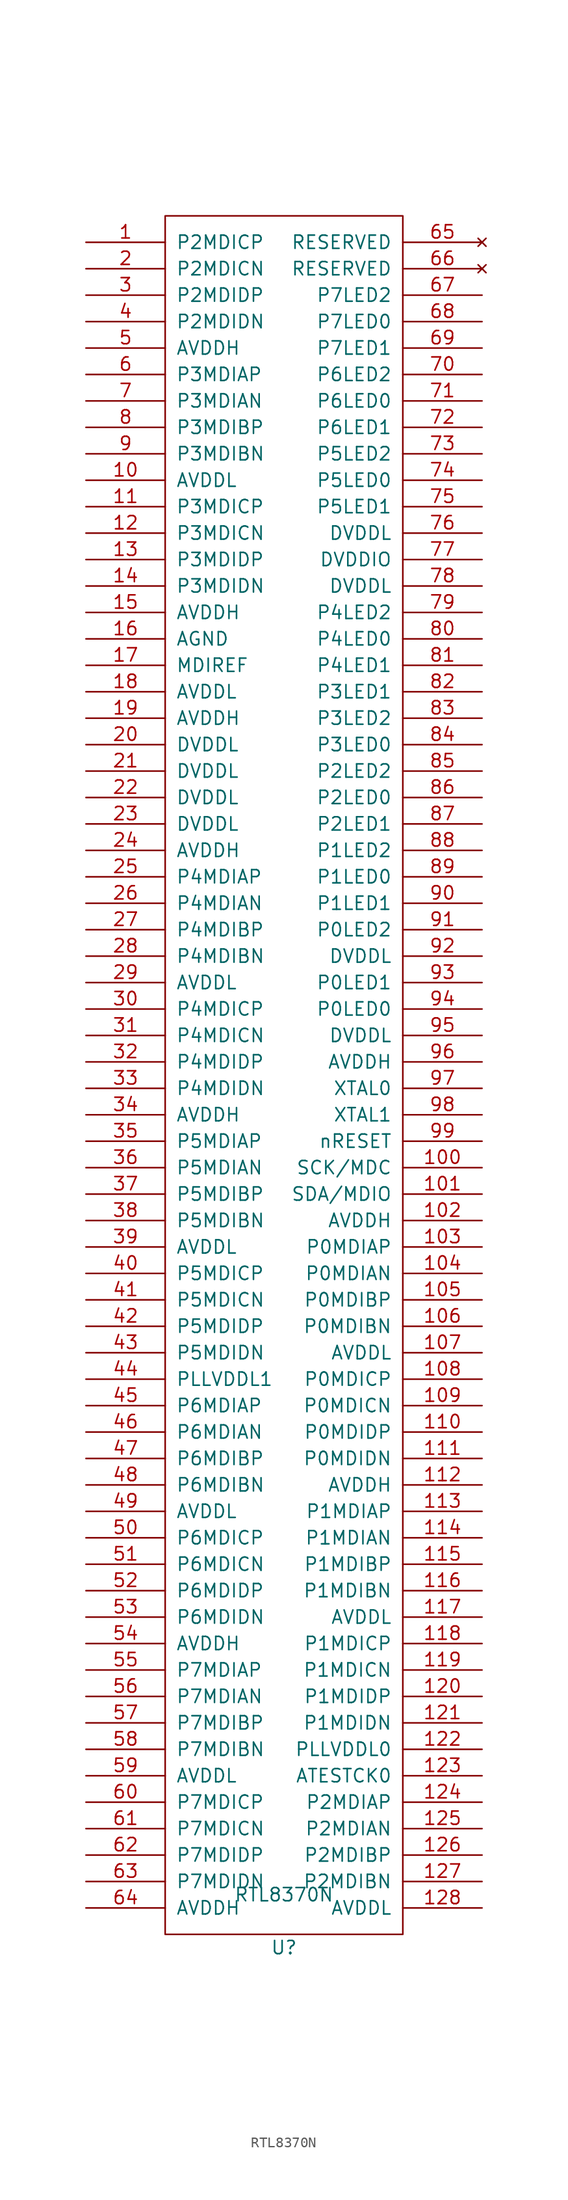
<source format=kicad_sym>
(kicad_symbol_lib
  (version 20201005)
  (generator kicad_symbol_editor)
  (symbol "cluster_cm4:RTL8370N"
    (pin_names
      (offset 1.016))
    (property "Reference" "U"
      (at 0 -2.54 0)
      (effects (font (size 1.27 1.27))))
    (property "Value" "RTL8370N"
      (at 0 2.54 0)
      (effects (font (size 1.27 1.27))))
    (symbol "RTL8370N_1_0"
      (rectangle (start -11.43 163.83) (end 11.43 -1.27) (stroke (width 0)) (fill (type none))))
    (symbol "RTL8370N_1_1"
      (pin bidirectional line (at -19.05 161.29 0) (length 7.62) (name "P2MDICP" (effects (font (size 1.27 1.27)))) (number "1" (effects (font (size 1.27 1.27)))))
      (pin bidirectional line (at -19.05 158.75 0) (length 7.62) (name "P2MDICN" (effects (font (size 1.27 1.27)))) (number "2" (effects (font (size 1.27 1.27)))))
      (pin bidirectional line (at -19.05 156.21 0) (length 7.62) (name "P2MDIDP" (effects (font (size 1.27 1.27)))) (number "3" (effects (font (size 1.27 1.27)))))
      (pin bidirectional line (at -19.05 153.67 0) (length 7.62) (name "P2MDIDN" (effects (font (size 1.27 1.27)))) (number "4" (effects (font (size 1.27 1.27)))))
      (pin bidirectional line (at -19.05 151.13 0) (length 7.62) (name "AVDDH" (effects (font (size 1.27 1.27)))) (number "5" (effects (font (size 1.27 1.27)))))
      (pin bidirectional line (at -19.05 148.59 0) (length 7.62) (name "P3MDIAP" (effects (font (size 1.27 1.27)))) (number "6" (effects (font (size 1.27 1.27)))))
      (pin bidirectional line (at -19.05 146.05 0) (length 7.62) (name "P3MDIAN" (effects (font (size 1.27 1.27)))) (number "7" (effects (font (size 1.27 1.27)))))
      (pin bidirectional line (at -19.05 143.51 0) (length 7.62) (name "P3MDIBP" (effects (font (size 1.27 1.27)))) (number "8" (effects (font (size 1.27 1.27)))))
      (pin bidirectional line (at -19.05 140.97 0) (length 7.62) (name "P3MDIBN" (effects (font (size 1.27 1.27)))) (number "9" (effects (font (size 1.27 1.27)))))
      (pin bidirectional line (at -19.05 138.43 0) (length 7.62) (name "AVDDL" (effects (font (size 1.27 1.27)))) (number "10" (effects (font (size 1.27 1.27)))))
      (pin bidirectional line (at -19.05 135.89 0) (length 7.62) (name "P3MDICP" (effects (font (size 1.27 1.27)))) (number "11" (effects (font (size 1.27 1.27)))))
      (pin bidirectional line (at -19.05 133.35 0) (length 7.62) (name "P3MDICN" (effects (font (size 1.27 1.27)))) (number "12" (effects (font (size 1.27 1.27)))))
      (pin bidirectional line (at -19.05 130.81 0) (length 7.62) (name "P3MDIDP" (effects (font (size 1.27 1.27)))) (number "13" (effects (font (size 1.27 1.27)))))
      (pin bidirectional line (at -19.05 128.27 0) (length 7.62) (name "P3MDIDN" (effects (font (size 1.27 1.27)))) (number "14" (effects (font (size 1.27 1.27)))))
      (pin bidirectional line (at -19.05 125.73 0) (length 7.62) (name "AVDDH" (effects (font (size 1.27 1.27)))) (number "15" (effects (font (size 1.27 1.27)))))
      (pin bidirectional line (at -19.05 123.19 0) (length 7.62) (name "AGND" (effects (font (size 1.27 1.27)))) (number "16" (effects (font (size 1.27 1.27)))))
      (pin bidirectional line (at -19.05 120.65 0) (length 7.62) (name "MDIREF" (effects (font (size 1.27 1.27)))) (number "17" (effects (font (size 1.27 1.27)))))
      (pin bidirectional line (at -19.05 118.11 0) (length 7.62) (name "AVDDL" (effects (font (size 1.27 1.27)))) (number "18" (effects (font (size 1.27 1.27)))))
      (pin bidirectional line (at -19.05 115.57 0) (length 7.62) (name "AVDDH" (effects (font (size 1.27 1.27)))) (number "19" (effects (font (size 1.27 1.27)))))
      (pin bidirectional line (at -19.05 113.03 0) (length 7.62) (name "DVDDL" (effects (font (size 1.27 1.27)))) (number "20" (effects (font (size 1.27 1.27)))))
      (pin bidirectional line (at -19.05 110.49 0) (length 7.62) (name "DVDDL" (effects (font (size 1.27 1.27)))) (number "21" (effects (font (size 1.27 1.27)))))
      (pin bidirectional line (at -19.05 107.95 0) (length 7.62) (name "DVDDL" (effects (font (size 1.27 1.27)))) (number "22" (effects (font (size 1.27 1.27)))))
      (pin bidirectional line (at -19.05 105.41 0) (length 7.62) (name "DVDDL" (effects (font (size 1.27 1.27)))) (number "23" (effects (font (size 1.27 1.27)))))
      (pin bidirectional line (at -19.05 102.87 0) (length 7.62) (name "AVDDH" (effects (font (size 1.27 1.27)))) (number "24" (effects (font (size 1.27 1.27)))))
      (pin bidirectional line (at -19.05 100.33 0) (length 7.62) (name "P4MDIAP" (effects (font (size 1.27 1.27)))) (number "25" (effects (font (size 1.27 1.27)))))
      (pin bidirectional line (at -19.05 97.79 0) (length 7.62) (name "P4MDIAN" (effects (font (size 1.27 1.27)))) (number "26" (effects (font (size 1.27 1.27)))))
      (pin bidirectional line (at -19.05 95.25 0) (length 7.62) (name "P4MDIBP" (effects (font (size 1.27 1.27)))) (number "27" (effects (font (size 1.27 1.27)))))
      (pin bidirectional line (at -19.05 92.71 0) (length 7.62) (name "P4MDIBN" (effects (font (size 1.27 1.27)))) (number "28" (effects (font (size 1.27 1.27)))))
      (pin bidirectional line (at -19.05 90.17 0) (length 7.62) (name "AVDDL" (effects (font (size 1.27 1.27)))) (number "29" (effects (font (size 1.27 1.27)))))
      (pin bidirectional line (at -19.05 87.63 0) (length 7.62) (name "P4MDICP" (effects (font (size 1.27 1.27)))) (number "30" (effects (font (size 1.27 1.27)))))
      (pin bidirectional line (at -19.05 85.09 0) (length 7.62) (name "P4MDICN" (effects (font (size 1.27 1.27)))) (number "31" (effects (font (size 1.27 1.27)))))
      (pin bidirectional line (at -19.05 82.55 0) (length 7.62) (name "P4MDIDP" (effects (font (size 1.27 1.27)))) (number "32" (effects (font (size 1.27 1.27)))))
      (pin bidirectional line (at -19.05 80.01 0) (length 7.62) (name "P4MDIDN" (effects (font (size 1.27 1.27)))) (number "33" (effects (font (size 1.27 1.27)))))
      (pin bidirectional line (at -19.05 77.47 0) (length 7.62) (name "AVDDH" (effects (font (size 1.27 1.27)))) (number "34" (effects (font (size 1.27 1.27)))))
      (pin bidirectional line (at -19.05 74.93 0) (length 7.62) (name "P5MDIAP" (effects (font (size 1.27 1.27)))) (number "35" (effects (font (size 1.27 1.27)))))
      (pin bidirectional line (at -19.05 72.39 0) (length 7.62) (name "P5MDIAN" (effects (font (size 1.27 1.27)))) (number "36" (effects (font (size 1.27 1.27)))))
      (pin bidirectional line (at -19.05 69.85 0) (length 7.62) (name "P5MDIBP" (effects (font (size 1.27 1.27)))) (number "37" (effects (font (size 1.27 1.27)))))
      (pin bidirectional line (at -19.05 67.31 0) (length 7.62) (name "P5MDIBN" (effects (font (size 1.27 1.27)))) (number "38" (effects (font (size 1.27 1.27)))))
      (pin bidirectional line (at -19.05 64.77 0) (length 7.62) (name "AVDDL" (effects (font (size 1.27 1.27)))) (number "39" (effects (font (size 1.27 1.27)))))
      (pin bidirectional line (at -19.05 62.23 0) (length 7.62) (name "P5MDICP" (effects (font (size 1.27 1.27)))) (number "40" (effects (font (size 1.27 1.27)))))
      (pin bidirectional line (at -19.05 59.69 0) (length 7.62) (name "P5MDICN" (effects (font (size 1.27 1.27)))) (number "41" (effects (font (size 1.27 1.27)))))
      (pin bidirectional line (at -19.05 57.15 0) (length 7.62) (name "P5MDIDP" (effects (font (size 1.27 1.27)))) (number "42" (effects (font (size 1.27 1.27)))))
      (pin bidirectional line (at -19.05 54.61 0) (length 7.62) (name "P5MDIDN" (effects (font (size 1.27 1.27)))) (number "43" (effects (font (size 1.27 1.27)))))
      (pin bidirectional line (at -19.05 52.07 0) (length 7.62) (name "PLLVDDL1" (effects (font (size 1.27 1.27)))) (number "44" (effects (font (size 1.27 1.27)))))
      (pin bidirectional line (at -19.05 49.53 0) (length 7.62) (name "P6MDIAP" (effects (font (size 1.27 1.27)))) (number "45" (effects (font (size 1.27 1.27)))))
      (pin bidirectional line (at -19.05 46.99 0) (length 7.62) (name "P6MDIAN" (effects (font (size 1.27 1.27)))) (number "46" (effects (font (size 1.27 1.27)))))
      (pin bidirectional line (at -19.05 44.45 0) (length 7.62) (name "P6MDIBP" (effects (font (size 1.27 1.27)))) (number "47" (effects (font (size 1.27 1.27)))))
      (pin bidirectional line (at -19.05 41.91 0) (length 7.62) (name "P6MDIBN" (effects (font (size 1.27 1.27)))) (number "48" (effects (font (size 1.27 1.27)))))
      (pin bidirectional line (at -19.05 39.37 0) (length 7.62) (name "AVDDL" (effects (font (size 1.27 1.27)))) (number "49" (effects (font (size 1.27 1.27)))))
      (pin bidirectional line (at -19.05 36.83 0) (length 7.62) (name "P6MDICP" (effects (font (size 1.27 1.27)))) (number "50" (effects (font (size 1.27 1.27)))))
      (pin bidirectional line (at -19.05 34.29 0) (length 7.62) (name "P6MDICN" (effects (font (size 1.27 1.27)))) (number "51" (effects (font (size 1.27 1.27)))))
      (pin bidirectional line (at -19.05 31.75 0) (length 7.62) (name "P6MDIDP" (effects (font (size 1.27 1.27)))) (number "52" (effects (font (size 1.27 1.27)))))
      (pin bidirectional line (at -19.05 29.21 0) (length 7.62) (name "P6MDIDN" (effects (font (size 1.27 1.27)))) (number "53" (effects (font (size 1.27 1.27)))))
      (pin bidirectional line (at -19.05 26.67 0) (length 7.62) (name "AVDDH" (effects (font (size 1.27 1.27)))) (number "54" (effects (font (size 1.27 1.27)))))
      (pin bidirectional line (at -19.05 24.13 0) (length 7.62) (name "P7MDIAP" (effects (font (size 1.27 1.27)))) (number "55" (effects (font (size 1.27 1.27)))))
      (pin bidirectional line (at -19.05 21.59 0) (length 7.62) (name "P7MDIAN" (effects (font (size 1.27 1.27)))) (number "56" (effects (font (size 1.27 1.27)))))
      (pin bidirectional line (at -19.05 19.05 0) (length 7.62) (name "P7MDIBP" (effects (font (size 1.27 1.27)))) (number "57" (effects (font (size 1.27 1.27)))))
      (pin bidirectional line (at -19.05 16.51 0) (length 7.62) (name "P7MDIBN" (effects (font (size 1.27 1.27)))) (number "58" (effects (font (size 1.27 1.27)))))
      (pin bidirectional line (at -19.05 13.97 0) (length 7.62) (name "AVDDL" (effects (font (size 1.27 1.27)))) (number "59" (effects (font (size 1.27 1.27)))))
      (pin bidirectional line (at -19.05 11.43 0) (length 7.62) (name "P7MDICP" (effects (font (size 1.27 1.27)))) (number "60" (effects (font (size 1.27 1.27)))))
      (pin bidirectional line (at -19.05 8.89 0) (length 7.62) (name "P7MDICN" (effects (font (size 1.27 1.27)))) (number "61" (effects (font (size 1.27 1.27)))))
      (pin bidirectional line (at -19.05 6.35 0) (length 7.62) (name "P7MDIDP" (effects (font (size 1.27 1.27)))) (number "62" (effects (font (size 1.27 1.27)))))
      (pin bidirectional line (at -19.05 3.81 0) (length 7.62) (name "P7MDIDN" (effects (font (size 1.27 1.27)))) (number "63" (effects (font (size 1.27 1.27)))))
      (pin bidirectional line (at -19.05 1.27 0) (length 7.62) (name "AVDDH" (effects (font (size 1.27 1.27)))) (number "64" (effects (font (size 1.27 1.27)))))
      (pin unconnected line (at 19.05 161.29 180) (length 7.62) (name "RESERVED" (effects (font (size 1.27 1.27)))) (number "65" (effects (font (size 1.27 1.27)))))
      (pin unconnected line (at 19.05 158.75 180) (length 7.62) (name "RESERVED" (effects (font (size 1.27 1.27)))) (number "66" (effects (font (size 1.27 1.27)))))
      (pin bidirectional line (at 19.05 156.21 180) (length 7.62) (name "P7LED2" (effects (font (size 1.27 1.27)))) (number "67" (effects (font (size 1.27 1.27)))))
      (pin bidirectional line (at 19.05 153.67 180) (length 7.62) (name "P7LED0" (effects (font (size 1.27 1.27)))) (number "68" (effects (font (size 1.27 1.27)))))
      (pin bidirectional line (at 19.05 151.13 180) (length 7.62) (name "P7LED1" (effects (font (size 1.27 1.27)))) (number "69" (effects (font (size 1.27 1.27)))))
      (pin bidirectional line (at 19.05 148.59 180) (length 7.62) (name "P6LED2" (effects (font (size 1.27 1.27)))) (number "70" (effects (font (size 1.27 1.27)))))
      (pin bidirectional line (at 19.05 146.05 180) (length 7.62) (name "P6LED0" (effects (font (size 1.27 1.27)))) (number "71" (effects (font (size 1.27 1.27)))))
      (pin bidirectional line (at 19.05 143.51 180) (length 7.62) (name "P6LED1" (effects (font (size 1.27 1.27)))) (number "72" (effects (font (size 1.27 1.27)))))
      (pin bidirectional line (at 19.05 140.97 180) (length 7.62) (name "P5LED2" (effects (font (size 1.27 1.27)))) (number "73" (effects (font (size 1.27 1.27)))))
      (pin bidirectional line (at 19.05 138.43 180) (length 7.62) (name "P5LED0" (effects (font (size 1.27 1.27)))) (number "74" (effects (font (size 1.27 1.27)))))
      (pin bidirectional line (at 19.05 135.89 180) (length 7.62) (name "P5LED1" (effects (font (size 1.27 1.27)))) (number "75" (effects (font (size 1.27 1.27)))))
      (pin bidirectional line (at 19.05 133.35 180) (length 7.62) (name "DVDDL" (effects (font (size 1.27 1.27)))) (number "76" (effects (font (size 1.27 1.27)))))
      (pin bidirectional line (at 19.05 130.81 180) (length 7.62) (name "DVDDIO" (effects (font (size 1.27 1.27)))) (number "77" (effects (font (size 1.27 1.27)))))
      (pin bidirectional line (at 19.05 128.27 180) (length 7.62) (name "DVDDL" (effects (font (size 1.27 1.27)))) (number "78" (effects (font (size 1.27 1.27)))))
      (pin bidirectional line (at 19.05 125.73 180) (length 7.62) (name "P4LED2" (effects (font (size 1.27 1.27)))) (number "79" (effects (font (size 1.27 1.27)))))
      (pin bidirectional line (at 19.05 123.19 180) (length 7.62) (name "P4LED0" (effects (font (size 1.27 1.27)))) (number "80" (effects (font (size 1.27 1.27)))))
      (pin bidirectional line (at 19.05 120.65 180) (length 7.62) (name "P4LED1" (effects (font (size 1.27 1.27)))) (number "81" (effects (font (size 1.27 1.27)))))
      (pin bidirectional line (at 19.05 118.11 180) (length 7.62) (name "P3LED1" (effects (font (size 1.27 1.27)))) (number "82" (effects (font (size 1.27 1.27)))))
      (pin bidirectional line (at 19.05 115.57 180) (length 7.62) (name "P3LED2" (effects (font (size 1.27 1.27)))) (number "83" (effects (font (size 1.27 1.27)))))
      (pin bidirectional line (at 19.05 113.03 180) (length 7.62) (name "P3LED0" (effects (font (size 1.27 1.27)))) (number "84" (effects (font (size 1.27 1.27)))))
      (pin bidirectional line (at 19.05 110.49 180) (length 7.62) (name "P2LED2" (effects (font (size 1.27 1.27)))) (number "85" (effects (font (size 1.27 1.27)))))
      (pin bidirectional line (at 19.05 107.95 180) (length 7.62) (name "P2LED0" (effects (font (size 1.27 1.27)))) (number "86" (effects (font (size 1.27 1.27)))))
      (pin bidirectional line (at 19.05 105.41 180) (length 7.62) (name "P2LED1" (effects (font (size 1.27 1.27)))) (number "87" (effects (font (size 1.27 1.27)))))
      (pin bidirectional line (at 19.05 102.87 180) (length 7.62) (name "P1LED2" (effects (font (size 1.27 1.27)))) (number "88" (effects (font (size 1.27 1.27)))))
      (pin bidirectional line (at 19.05 100.33 180) (length 7.62) (name "P1LED0" (effects (font (size 1.27 1.27)))) (number "89" (effects (font (size 1.27 1.27)))))
      (pin bidirectional line (at 19.05 97.79 180) (length 7.62) (name "P1LED1" (effects (font (size 1.27 1.27)))) (number "90" (effects (font (size 1.27 1.27)))))
      (pin bidirectional line (at 19.05 95.25 180) (length 7.62) (name "P0LED2" (effects (font (size 1.27 1.27)))) (number "91" (effects (font (size 1.27 1.27)))))
      (pin bidirectional line (at 19.05 92.71 180) (length 7.62) (name "DVDDL" (effects (font (size 1.27 1.27)))) (number "92" (effects (font (size 1.27 1.27)))))
      (pin bidirectional line (at 19.05 90.17 180) (length 7.62) (name "P0LED1" (effects (font (size 1.27 1.27)))) (number "93" (effects (font (size 1.27 1.27)))))
      (pin bidirectional line (at 19.05 87.63 180) (length 7.62) (name "P0LED0" (effects (font (size 1.27 1.27)))) (number "94" (effects (font (size 1.27 1.27)))))
      (pin bidirectional line (at 19.05 85.09 180) (length 7.62) (name "DVDDL" (effects (font (size 1.27 1.27)))) (number "95" (effects (font (size 1.27 1.27)))))
      (pin bidirectional line (at 19.05 82.55 180) (length 7.62) (name "AVDDH" (effects (font (size 1.27 1.27)))) (number "96" (effects (font (size 1.27 1.27)))))
      (pin bidirectional line (at 19.05 80.01 180) (length 7.62) (name "XTAL0" (effects (font (size 1.27 1.27)))) (number "97" (effects (font (size 1.27 1.27)))))
      (pin bidirectional line (at 19.05 77.47 180) (length 7.62) (name "XTAL1" (effects (font (size 1.27 1.27)))) (number "98" (effects (font (size 1.27 1.27)))))
      (pin bidirectional line (at 19.05 74.93 180) (length 7.62) (name "nRESET" (effects (font (size 1.27 1.27)))) (number "99" (effects (font (size 1.27 1.27)))))
      (pin bidirectional line (at 19.05 72.39 180) (length 7.62) (name "SCK/MDC" (effects (font (size 1.27 1.27)))) (number "100" (effects (font (size 1.27 1.27)))))
      (pin bidirectional line (at 19.05 69.85 180) (length 7.62) (name "SDA/MDIO" (effects (font (size 1.27 1.27)))) (number "101" (effects (font (size 1.27 1.27)))))
      (pin bidirectional line (at 19.05 67.31 180) (length 7.62) (name "AVDDH" (effects (font (size 1.27 1.27)))) (number "102" (effects (font (size 1.27 1.27)))))
      (pin bidirectional line (at 19.05 64.77 180) (length 7.62) (name "P0MDIAP" (effects (font (size 1.27 1.27)))) (number "103" (effects (font (size 1.27 1.27)))))
      (pin bidirectional line (at 19.05 62.23 180) (length 7.62) (name "P0MDIAN" (effects (font (size 1.27 1.27)))) (number "104" (effects (font (size 1.27 1.27)))))
      (pin bidirectional line (at 19.05 59.69 180) (length 7.62) (name "P0MDIBP" (effects (font (size 1.27 1.27)))) (number "105" (effects (font (size 1.27 1.27)))))
      (pin bidirectional line (at 19.05 57.15 180) (length 7.62) (name "P0MDIBN" (effects (font (size 1.27 1.27)))) (number "106" (effects (font (size 1.27 1.27)))))
      (pin bidirectional line (at 19.05 54.61 180) (length 7.62) (name "AVDDL" (effects (font (size 1.27 1.27)))) (number "107" (effects (font (size 1.27 1.27)))))
      (pin bidirectional line (at 19.05 52.07 180) (length 7.62) (name "P0MDICP" (effects (font (size 1.27 1.27)))) (number "108" (effects (font (size 1.27 1.27)))))
      (pin bidirectional line (at 19.05 49.53 180) (length 7.62) (name "P0MDICN" (effects (font (size 1.27 1.27)))) (number "109" (effects (font (size 1.27 1.27)))))
      (pin bidirectional line (at 19.05 46.99 180) (length 7.62) (name "P0MDIDP" (effects (font (size 1.27 1.27)))) (number "110" (effects (font (size 1.27 1.27)))))
      (pin bidirectional line (at 19.05 44.45 180) (length 7.62) (name "P0MDIDN" (effects (font (size 1.27 1.27)))) (number "111" (effects (font (size 1.27 1.27)))))
      (pin bidirectional line (at 19.05 41.91 180) (length 7.62) (name "AVDDH" (effects (font (size 1.27 1.27)))) (number "112" (effects (font (size 1.27 1.27)))))
      (pin bidirectional line (at 19.05 39.37 180) (length 7.62) (name "P1MDIAP" (effects (font (size 1.27 1.27)))) (number "113" (effects (font (size 1.27 1.27)))))
      (pin bidirectional line (at 19.05 36.83 180) (length 7.62) (name "P1MDIAN" (effects (font (size 1.27 1.27)))) (number "114" (effects (font (size 1.27 1.27)))))
      (pin bidirectional line (at 19.05 34.29 180) (length 7.62) (name "P1MDIBP" (effects (font (size 1.27 1.27)))) (number "115" (effects (font (size 1.27 1.27)))))
      (pin bidirectional line (at 19.05 31.75 180) (length 7.62) (name "P1MDIBN" (effects (font (size 1.27 1.27)))) (number "116" (effects (font (size 1.27 1.27)))))
      (pin bidirectional line (at 19.05 29.21 180) (length 7.62) (name "AVDDL" (effects (font (size 1.27 1.27)))) (number "117" (effects (font (size 1.27 1.27)))))
      (pin bidirectional line (at 19.05 26.67 180) (length 7.62) (name "P1MDICP" (effects (font (size 1.27 1.27)))) (number "118" (effects (font (size 1.27 1.27)))))
      (pin bidirectional line (at 19.05 24.13 180) (length 7.62) (name "P1MDICN" (effects (font (size 1.27 1.27)))) (number "119" (effects (font (size 1.27 1.27)))))
      (pin bidirectional line (at 19.05 21.59 180) (length 7.62) (name "P1MDIDP" (effects (font (size 1.27 1.27)))) (number "120" (effects (font (size 1.27 1.27)))))
      (pin bidirectional line (at 19.05 19.05 180) (length 7.62) (name "P1MDIDN" (effects (font (size 1.27 1.27)))) (number "121" (effects (font (size 1.27 1.27)))))
      (pin bidirectional line (at 19.05 16.51 180) (length 7.62) (name "PLLVDDL0" (effects (font (size 1.27 1.27)))) (number "122" (effects (font (size 1.27 1.27)))))
      (pin bidirectional line (at 19.05 13.97 180) (length 7.62) (name "ATESTCK0" (effects (font (size 1.27 1.27)))) (number "123" (effects (font (size 1.27 1.27)))))
      (pin bidirectional line (at 19.05 11.43 180) (length 7.62) (name "P2MDIAP" (effects (font (size 1.27 1.27)))) (number "124" (effects (font (size 1.27 1.27)))))
      (pin bidirectional line (at 19.05 8.89 180) (length 7.62) (name "P2MDIAN" (effects (font (size 1.27 1.27)))) (number "125" (effects (font (size 1.27 1.27)))))
      (pin bidirectional line (at 19.05 6.35 180) (length 7.62) (name "P2MDIBP" (effects (font (size 1.27 1.27)))) (number "126" (effects (font (size 1.27 1.27)))))
      (pin bidirectional line (at 19.05 3.81 180) (length 7.62) (name "P2MDIBN" (effects (font (size 1.27 1.27)))) (number "127" (effects (font (size 1.27 1.27)))))
      (pin bidirectional line (at 19.05 1.27 180) (length 7.62) (name "AVDDL" (effects (font (size 1.27 1.27)))) (number "128" (effects (font (size 1.27 1.27))))))))
</source>
